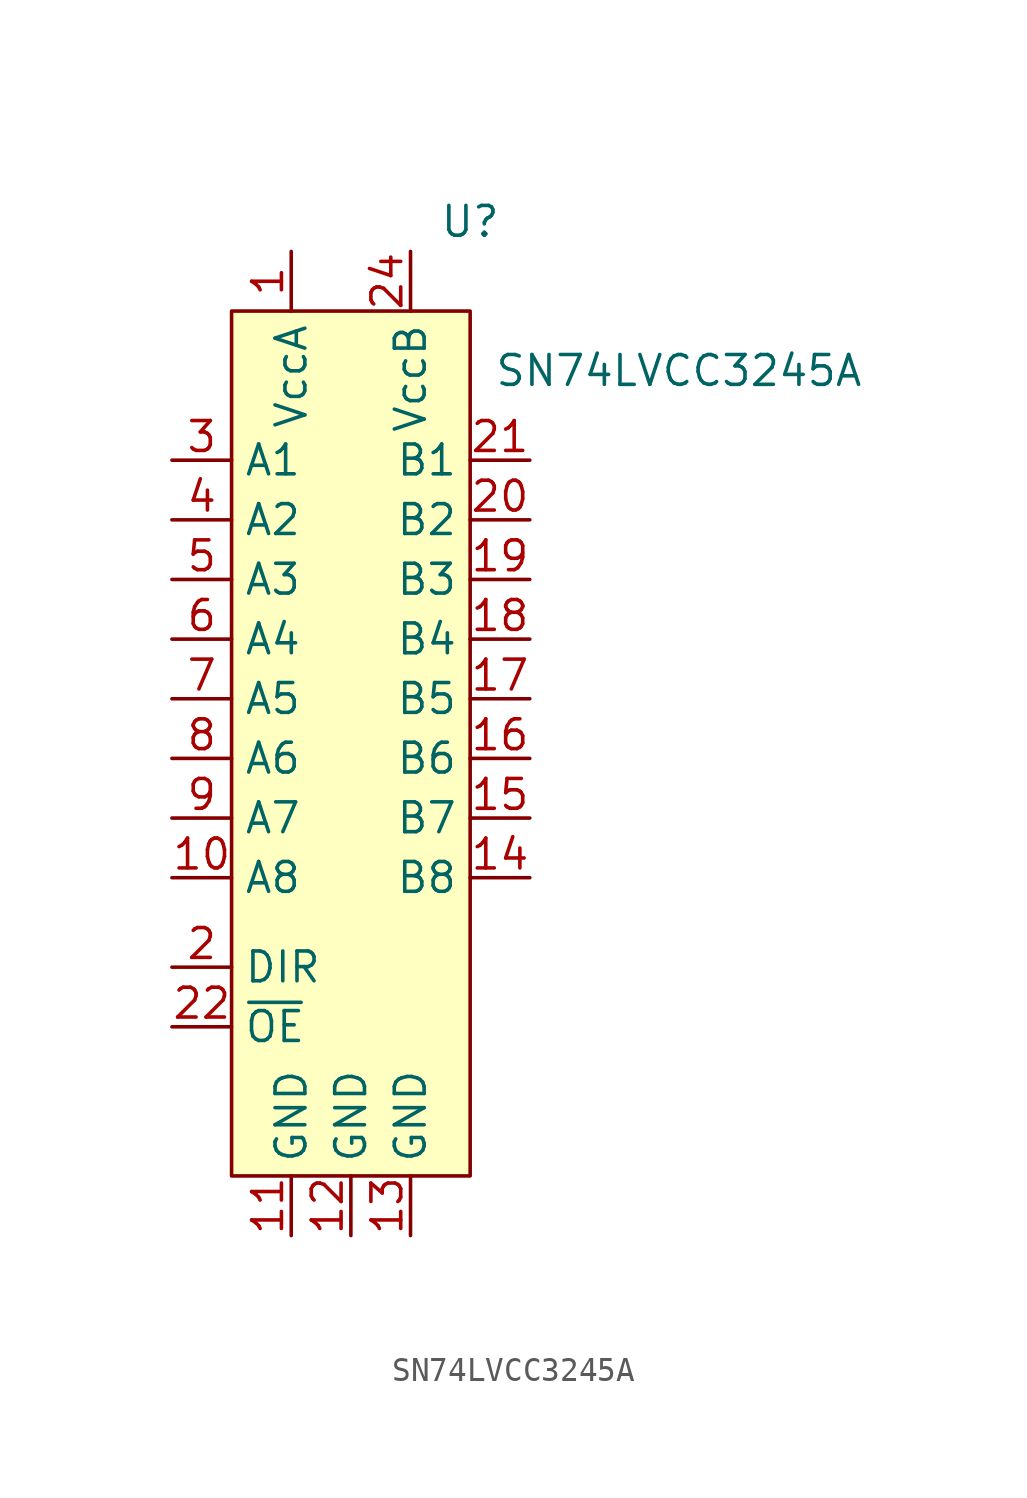
<source format=kicad_sym>
(kicad_symbol_lib
  (version 20220914)
  (generator kicad_symbol_editor)
  (symbol "SN74LVCC3245A"
    (property "Reference" "U"
      (at 5.08 20.32 0)
      (effects (font (size 1.27 1.27))))
    (property "Value" "SN74LVCC3245A"
      (at 13.97 13.97 0)
      (effects (font (size 1.27 1.27))))
    (symbol "SN74LVCC3245A_1_1"
      (rectangle (start -5.08 16.51) (end 5.08 -20.32) (stroke (width 0) (type default)) (fill (type background)))
      (pin power_in line (at -2.54 19.05 270) (length 2.54) (name "VccA" (effects (font (size 1.27 1.27)))) (number "1" (effects (font (size 1.27 1.27)))))
      (pin bidirectional line (at -7.62 -7.62 0) (length 2.54) (name "A8" (effects (font (size 1.27 1.27)))) (number "10" (effects (font (size 1.27 1.27)))))
      (pin power_in line (at -2.54 -22.86 90) (length 2.54) (name "GND" (effects (font (size 1.27 1.27)))) (number "11" (effects (font (size 1.27 1.27)))))
      (pin power_in line (at 0 -22.86 90) (length 2.54) (name "GND" (effects (font (size 1.27 1.27)))) (number "12" (effects (font (size 1.27 1.27)))))
      (pin power_in line (at 2.54 -22.86 90) (length 2.54) (name "GND" (effects (font (size 1.27 1.27)))) (number "13" (effects (font (size 1.27 1.27)))))
      (pin bidirectional line (at 7.62 -7.62 180) (length 2.54) (name "B8" (effects (font (size 1.27 1.27)))) (number "14" (effects (font (size 1.27 1.27)))))
      (pin bidirectional line (at 7.62 -5.08 180) (length 2.54) (name "B7" (effects (font (size 1.27 1.27)))) (number "15" (effects (font (size 1.27 1.27)))))
      (pin bidirectional line (at 7.62 -2.54 180) (length 2.54) (name "B6" (effects (font (size 1.27 1.27)))) (number "16" (effects (font (size 1.27 1.27)))))
      (pin bidirectional line (at 7.62 0 180) (length 2.54) (name "B5" (effects (font (size 1.27 1.27)))) (number "17" (effects (font (size 1.27 1.27)))))
      (pin bidirectional line (at 7.62 2.54 180) (length 2.54) (name "B4" (effects (font (size 1.27 1.27)))) (number "18" (effects (font (size 1.27 1.27)))))
      (pin bidirectional line (at 7.62 5.08 180) (length 2.54) (name "B3" (effects (font (size 1.27 1.27)))) (number "19" (effects (font (size 1.27 1.27)))))
      (pin input line (at -7.62 -11.43 0) (length 2.54) (name "DIR" (effects (font (size 1.27 1.27)))) (number "2" (effects (font (size 1.27 1.27)))))
      (pin bidirectional line (at 7.62 7.62 180) (length 2.54) (name "B2" (effects (font (size 1.27 1.27)))) (number "20" (effects (font (size 1.27 1.27)))))
      (pin bidirectional line (at 7.62 10.16 180) (length 2.54) (name "B1" (effects (font (size 1.27 1.27)))) (number "21" (effects (font (size 1.27 1.27)))))
      (pin input line (at -7.62 -13.97 0) (length 2.54) (name "~{OE}" (effects (font (size 1.27 1.27)))) (number "22" (effects (font (size 1.27 1.27)))))
      (pin power_in line (at 2.54 19.05 270) (length 2.54) (name "VccB" (effects (font (size 1.27 1.27)))) (number "24" (effects (font (size 1.27 1.27)))))
      (pin bidirectional line (at -7.62 10.16 0) (length 2.54) (name "A1" (effects (font (size 1.27 1.27)))) (number "3" (effects (font (size 1.27 1.27)))))
      (pin bidirectional line (at -7.62 7.62 0) (length 2.54) (name "A2" (effects (font (size 1.27 1.27)))) (number "4" (effects (font (size 1.27 1.27)))))
      (pin bidirectional line (at -7.62 5.08 0) (length 2.54) (name "A3" (effects (font (size 1.27 1.27)))) (number "5" (effects (font (size 1.27 1.27)))))
      (pin bidirectional line (at -7.62 2.54 0) (length 2.54) (name "A4" (effects (font (size 1.27 1.27)))) (number "6" (effects (font (size 1.27 1.27)))))
      (pin bidirectional line (at -7.62 0 0) (length 2.54) (name "A5" (effects (font (size 1.27 1.27)))) (number "7" (effects (font (size 1.27 1.27)))))
      (pin bidirectional line (at -7.62 -2.54 0) (length 2.54) (name "A6" (effects (font (size 1.27 1.27)))) (number "8" (effects (font (size 1.27 1.27)))))
      (pin bidirectional line (at -7.62 -5.08 0) (length 2.54) (name "A7" (effects (font (size 1.27 1.27)))) (number "9" (effects (font (size 1.27 1.27))))))))
</source>
